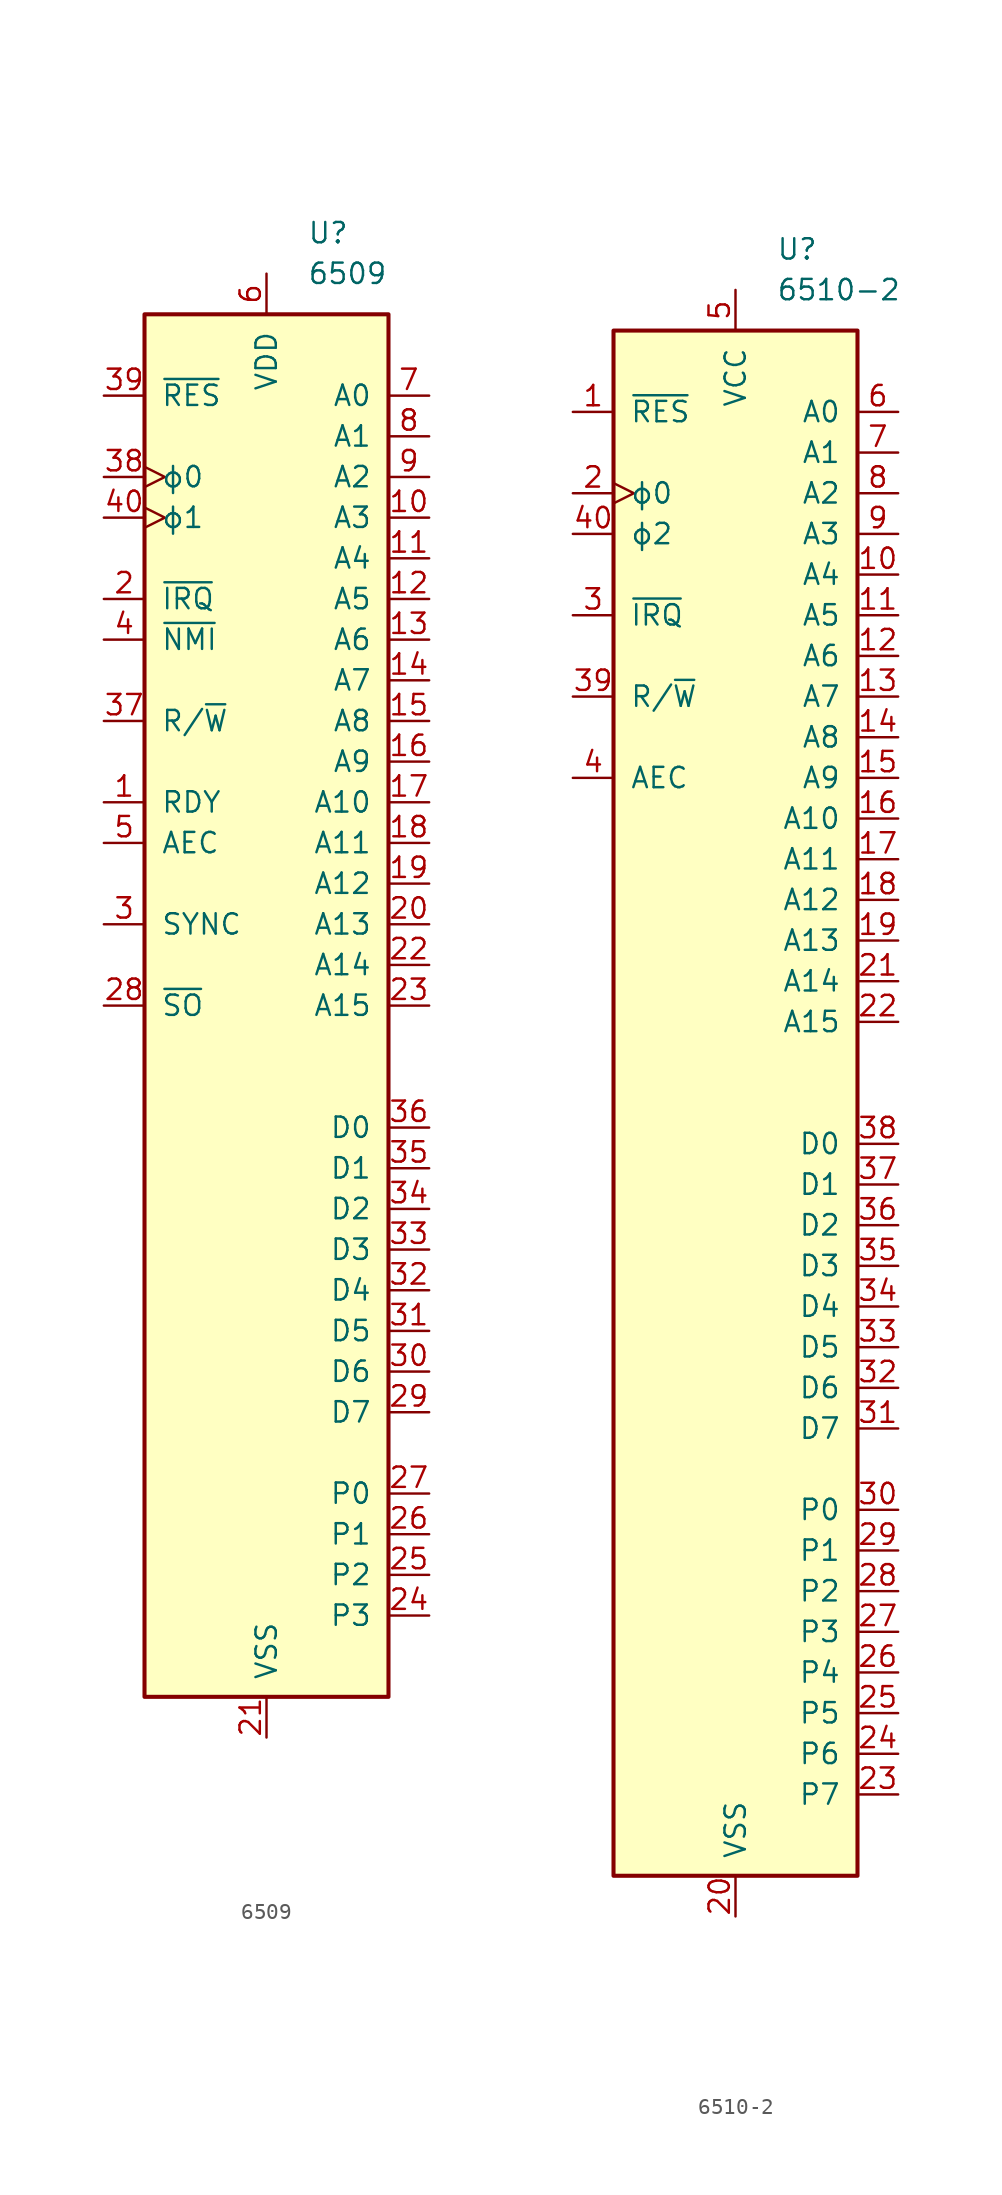
<source format=kicad_sym>
(kicad_symbol_lib
  (version 20211014)
  (generator kicad_symbol_editor)
  (symbol "6509"
    (pin_names
      (offset 1.016))
    (property "Reference" "U"
      (at 2.54 48.26 0)
      (effects (font (size 1.27 1.27)) (justify left)))
    (property "Value" "6509"
      (at 2.54 45.72 0)
      (effects (font (size 1.27 1.27)) (justify left)))
    (symbol "6509_0_1"
      (rectangle (start -7.62 43.18) (end 7.62 -43.18) (stroke (width 0.254) (type default) (color 0 0 0 0)) (fill (type background))))
    (symbol "6509_1_1"
      (pin input line (at -10.16 12.7 0) (length 2.54) (name "RDY" (effects (font (size 1.27 1.27)))) (number "1" (effects (font (size 1.27 1.27)))))
      (pin tri_state line (at 10.16 30.48 180) (length 2.54) (name "A3" (effects (font (size 1.27 1.27)))) (number "10" (effects (font (size 1.27 1.27)))))
      (pin tri_state line (at 10.16 27.94 180) (length 2.54) (name "A4" (effects (font (size 1.27 1.27)))) (number "11" (effects (font (size 1.27 1.27)))))
      (pin tri_state line (at 10.16 25.4 180) (length 2.54) (name "A5" (effects (font (size 1.27 1.27)))) (number "12" (effects (font (size 1.27 1.27)))))
      (pin tri_state line (at 10.16 22.86 180) (length 2.54) (name "A6" (effects (font (size 1.27 1.27)))) (number "13" (effects (font (size 1.27 1.27)))))
      (pin tri_state line (at 10.16 20.32 180) (length 2.54) (name "A7" (effects (font (size 1.27 1.27)))) (number "14" (effects (font (size 1.27 1.27)))))
      (pin tri_state line (at 10.16 17.78 180) (length 2.54) (name "A8" (effects (font (size 1.27 1.27)))) (number "15" (effects (font (size 1.27 1.27)))))
      (pin tri_state line (at 10.16 15.24 180) (length 2.54) (name "A9" (effects (font (size 1.27 1.27)))) (number "16" (effects (font (size 1.27 1.27)))))
      (pin tri_state line (at 10.16 12.7 180) (length 2.54) (name "A10" (effects (font (size 1.27 1.27)))) (number "17" (effects (font (size 1.27 1.27)))))
      (pin tri_state line (at 10.16 10.16 180) (length 2.54) (name "A11" (effects (font (size 1.27 1.27)))) (number "18" (effects (font (size 1.27 1.27)))))
      (pin tri_state line (at 10.16 7.62 180) (length 2.54) (name "A12" (effects (font (size 1.27 1.27)))) (number "19" (effects (font (size 1.27 1.27)))))
      (pin input line (at -10.16 25.4 0) (length 2.54) (name "~{IRQ}" (effects (font (size 1.27 1.27)))) (number "2" (effects (font (size 1.27 1.27)))))
      (pin tri_state line (at 10.16 5.08 180) (length 2.54) (name "A13" (effects (font (size 1.27 1.27)))) (number "20" (effects (font (size 1.27 1.27)))))
      (pin power_in line (at 0 -45.72 90) (length 2.54) (name "VSS" (effects (font (size 1.27 1.27)))) (number "21" (effects (font (size 1.27 1.27)))))
      (pin tri_state line (at 10.16 2.54 180) (length 2.54) (name "A14" (effects (font (size 1.27 1.27)))) (number "22" (effects (font (size 1.27 1.27)))))
      (pin tri_state line (at 10.16 0 180) (length 2.54) (name "A15" (effects (font (size 1.27 1.27)))) (number "23" (effects (font (size 1.27 1.27)))))
      (pin output line (at 10.16 -38.1 180) (length 2.54) (name "P3" (effects (font (size 1.27 1.27)))) (number "24" (effects (font (size 1.27 1.27)))))
      (pin output line (at 10.16 -35.56 180) (length 2.54) (name "P2" (effects (font (size 1.27 1.27)))) (number "25" (effects (font (size 1.27 1.27)))))
      (pin output line (at 10.16 -33.02 180) (length 2.54) (name "P1" (effects (font (size 1.27 1.27)))) (number "26" (effects (font (size 1.27 1.27)))))
      (pin output line (at 10.16 -30.48 180) (length 2.54) (name "P0" (effects (font (size 1.27 1.27)))) (number "27" (effects (font (size 1.27 1.27)))))
      (pin input line (at -10.16 0 0) (length 2.54) (name "~{SO}" (effects (font (size 1.27 1.27)))) (number "28" (effects (font (size 1.27 1.27)))))
      (pin bidirectional line (at 10.16 -25.4 180) (length 2.54) (name "D7" (effects (font (size 1.27 1.27)))) (number "29" (effects (font (size 1.27 1.27)))))
      (pin output line (at -10.16 5.08 0) (length 2.54) (name "SYNC" (effects (font (size 1.27 1.27)))) (number "3" (effects (font (size 1.27 1.27)))))
      (pin bidirectional line (at 10.16 -22.86 180) (length 2.54) (name "D6" (effects (font (size 1.27 1.27)))) (number "30" (effects (font (size 1.27 1.27)))))
      (pin bidirectional line (at 10.16 -20.32 180) (length 2.54) (name "D5" (effects (font (size 1.27 1.27)))) (number "31" (effects (font (size 1.27 1.27)))))
      (pin bidirectional line (at 10.16 -17.78 180) (length 2.54) (name "D4" (effects (font (size 1.27 1.27)))) (number "32" (effects (font (size 1.27 1.27)))))
      (pin bidirectional line (at 10.16 -15.24 180) (length 2.54) (name "D3" (effects (font (size 1.27 1.27)))) (number "33" (effects (font (size 1.27 1.27)))))
      (pin bidirectional line (at 10.16 -12.7 180) (length 2.54) (name "D2" (effects (font (size 1.27 1.27)))) (number "34" (effects (font (size 1.27 1.27)))))
      (pin bidirectional line (at 10.16 -10.16 180) (length 2.54) (name "D1" (effects (font (size 1.27 1.27)))) (number "35" (effects (font (size 1.27 1.27)))))
      (pin bidirectional line (at 10.16 -7.62 180) (length 2.54) (name "D0" (effects (font (size 1.27 1.27)))) (number "36" (effects (font (size 1.27 1.27)))))
      (pin tri_state line (at -10.16 17.78 0) (length 2.54) (name "R/~{W}" (effects (font (size 1.27 1.27)))) (number "37" (effects (font (size 1.27 1.27)))))
      (pin input clock (at -10.16 33.02 0) (length 2.54) (name "ϕ0" (effects (font (size 1.27 1.27)))) (number "38" (effects (font (size 1.27 1.27)))))
      (pin input line (at -10.16 38.1 0) (length 2.54) (name "~{RES}" (effects (font (size 1.27 1.27)))) (number "39" (effects (font (size 1.27 1.27)))))
      (pin input line (at -10.16 22.86 0) (length 2.54) (name "~{NMI}" (effects (font (size 1.27 1.27)))) (number "4" (effects (font (size 1.27 1.27)))))
      (pin input clock (at -10.16 30.48 0) (length 2.54) (name "ϕ1" (effects (font (size 1.27 1.27)))) (number "40" (effects (font (size 1.27 1.27)))))
      (pin input line (at -10.16 10.16 0) (length 2.54) (name "AEC" (effects (font (size 1.27 1.27)))) (number "5" (effects (font (size 1.27 1.27)))))
      (pin power_in line (at 0 45.72 270) (length 2.54) (name "VDD" (effects (font (size 1.27 1.27)))) (number "6" (effects (font (size 1.27 1.27)))))
      (pin tri_state line (at 10.16 38.1 180) (length 2.54) (name "A0" (effects (font (size 1.27 1.27)))) (number "7" (effects (font (size 1.27 1.27)))))
      (pin tri_state line (at 10.16 35.56 180) (length 2.54) (name "A1" (effects (font (size 1.27 1.27)))) (number "8" (effects (font (size 1.27 1.27)))))
      (pin tri_state line (at 10.16 33.02 180) (length 2.54) (name "A2" (effects (font (size 1.27 1.27)))) (number "9" (effects (font (size 1.27 1.27)))))))
  (symbol "6510-2"
    (pin_names
      (offset 1.016))
    (property "Reference" "U"
      (at 2.54 53.34 0)
      (effects (font (size 1.27 1.27)) (justify left)))
    (property "Value" "6510-2"
      (at 2.54 50.8 0)
      (effects (font (size 1.27 1.27)) (justify left)))
    (symbol "6510-2_0_1"
      (rectangle (start -7.62 48.26) (end 7.62 -48.26) (stroke (width 0.254) (type default) (color 0 0 0 0)) (fill (type background))))
    (symbol "6510-2_1_1"
      (pin input line (at -10.16 43.18 0) (length 2.54) (name "~{RES}" (effects (font (size 1.27 1.27)))) (number "1" (effects (font (size 1.27 1.27)))))
      (pin tri_state line (at 10.16 33.02 180) (length 2.54) (name "A4" (effects (font (size 1.27 1.27)))) (number "10" (effects (font (size 1.27 1.27)))))
      (pin tri_state line (at 10.16 30.48 180) (length 2.54) (name "A5" (effects (font (size 1.27 1.27)))) (number "11" (effects (font (size 1.27 1.27)))))
      (pin tri_state line (at 10.16 27.94 180) (length 2.54) (name "A6" (effects (font (size 1.27 1.27)))) (number "12" (effects (font (size 1.27 1.27)))))
      (pin tri_state line (at 10.16 25.4 180) (length 2.54) (name "A7" (effects (font (size 1.27 1.27)))) (number "13" (effects (font (size 1.27 1.27)))))
      (pin tri_state line (at 10.16 22.86 180) (length 2.54) (name "A8" (effects (font (size 1.27 1.27)))) (number "14" (effects (font (size 1.27 1.27)))))
      (pin tri_state line (at 10.16 20.32 180) (length 2.54) (name "A9" (effects (font (size 1.27 1.27)))) (number "15" (effects (font (size 1.27 1.27)))))
      (pin tri_state line (at 10.16 17.78 180) (length 2.54) (name "A10" (effects (font (size 1.27 1.27)))) (number "16" (effects (font (size 1.27 1.27)))))
      (pin tri_state line (at 10.16 15.24 180) (length 2.54) (name "A11" (effects (font (size 1.27 1.27)))) (number "17" (effects (font (size 1.27 1.27)))))
      (pin tri_state line (at 10.16 12.7 180) (length 2.54) (name "A12" (effects (font (size 1.27 1.27)))) (number "18" (effects (font (size 1.27 1.27)))))
      (pin tri_state line (at 10.16 10.16 180) (length 2.54) (name "A13" (effects (font (size 1.27 1.27)))) (number "19" (effects (font (size 1.27 1.27)))))
      (pin input clock (at -10.16 38.1 0) (length 2.54) (name "ϕ0" (effects (font (size 1.27 1.27)))) (number "2" (effects (font (size 1.27 1.27)))))
      (pin power_in line (at 0 -50.8 90) (length 2.54) (name "VSS" (effects (font (size 1.27 1.27)))) (number "20" (effects (font (size 1.27 1.27)))))
      (pin tri_state line (at 10.16 7.62 180) (length 2.54) (name "A14" (effects (font (size 1.27 1.27)))) (number "21" (effects (font (size 1.27 1.27)))))
      (pin tri_state line (at 10.16 5.08 180) (length 2.54) (name "A15" (effects (font (size 1.27 1.27)))) (number "22" (effects (font (size 1.27 1.27)))))
      (pin bidirectional line (at 10.16 -43.18 180) (length 2.54) (name "P7" (effects (font (size 1.27 1.27)))) (number "23" (effects (font (size 1.27 1.27)))))
      (pin bidirectional line (at 10.16 -40.64 180) (length 2.54) (name "P6" (effects (font (size 1.27 1.27)))) (number "24" (effects (font (size 1.27 1.27)))))
      (pin bidirectional line (at 10.16 -38.1 180) (length 2.54) (name "P5" (effects (font (size 1.27 1.27)))) (number "25" (effects (font (size 1.27 1.27)))))
      (pin bidirectional line (at 10.16 -35.56 180) (length 2.54) (name "P4" (effects (font (size 1.27 1.27)))) (number "26" (effects (font (size 1.27 1.27)))))
      (pin bidirectional line (at 10.16 -33.02 180) (length 2.54) (name "P3" (effects (font (size 1.27 1.27)))) (number "27" (effects (font (size 1.27 1.27)))))
      (pin bidirectional line (at 10.16 -30.48 180) (length 2.54) (name "P2" (effects (font (size 1.27 1.27)))) (number "28" (effects (font (size 1.27 1.27)))))
      (pin bidirectional line (at 10.16 -27.94 180) (length 2.54) (name "P1" (effects (font (size 1.27 1.27)))) (number "29" (effects (font (size 1.27 1.27)))))
      (pin input line (at -10.16 30.48 0) (length 2.54) (name "~{IRQ}" (effects (font (size 1.27 1.27)))) (number "3" (effects (font (size 1.27 1.27)))))
      (pin bidirectional line (at 10.16 -25.4 180) (length 2.54) (name "P0" (effects (font (size 1.27 1.27)))) (number "30" (effects (font (size 1.27 1.27)))))
      (pin bidirectional line (at 10.16 -20.32 180) (length 2.54) (name "D7" (effects (font (size 1.27 1.27)))) (number "31" (effects (font (size 1.27 1.27)))))
      (pin bidirectional line (at 10.16 -17.78 180) (length 2.54) (name "D6" (effects (font (size 1.27 1.27)))) (number "32" (effects (font (size 1.27 1.27)))))
      (pin bidirectional line (at 10.16 -15.24 180) (length 2.54) (name "D5" (effects (font (size 1.27 1.27)))) (number "33" (effects (font (size 1.27 1.27)))))
      (pin bidirectional line (at 10.16 -12.7 180) (length 2.54) (name "D4" (effects (font (size 1.27 1.27)))) (number "34" (effects (font (size 1.27 1.27)))))
      (pin bidirectional line (at 10.16 -10.16 180) (length 2.54) (name "D3" (effects (font (size 1.27 1.27)))) (number "35" (effects (font (size 1.27 1.27)))))
      (pin bidirectional line (at 10.16 -7.62 180) (length 2.54) (name "D2" (effects (font (size 1.27 1.27)))) (number "36" (effects (font (size 1.27 1.27)))))
      (pin bidirectional line (at 10.16 -5.08 180) (length 2.54) (name "D1" (effects (font (size 1.27 1.27)))) (number "37" (effects (font (size 1.27 1.27)))))
      (pin bidirectional line (at 10.16 -2.54 180) (length 2.54) (name "D0" (effects (font (size 1.27 1.27)))) (number "38" (effects (font (size 1.27 1.27)))))
      (pin tri_state line (at -10.16 25.4 0) (length 2.54) (name "R/~{W}" (effects (font (size 1.27 1.27)))) (number "39" (effects (font (size 1.27 1.27)))))
      (pin input line (at -10.16 20.32 0) (length 2.54) (name "AEC" (effects (font (size 1.27 1.27)))) (number "4" (effects (font (size 1.27 1.27)))))
      (pin output line (at -10.16 35.56 0) (length 2.54) (name "ϕ2" (effects (font (size 1.27 1.27)))) (number "40" (effects (font (size 1.27 1.27)))))
      (pin power_in line (at 0 50.8 270) (length 2.54) (name "VCC" (effects (font (size 1.27 1.27)))) (number "5" (effects (font (size 1.27 1.27)))))
      (pin tri_state line (at 10.16 43.18 180) (length 2.54) (name "A0" (effects (font (size 1.27 1.27)))) (number "6" (effects (font (size 1.27 1.27)))))
      (pin tri_state line (at 10.16 40.64 180) (length 2.54) (name "A1" (effects (font (size 1.27 1.27)))) (number "7" (effects (font (size 1.27 1.27)))))
      (pin tri_state line (at 10.16 38.1 180) (length 2.54) (name "A2" (effects (font (size 1.27 1.27)))) (number "8" (effects (font (size 1.27 1.27)))))
      (pin tri_state line (at 10.16 35.56 180) (length 2.54) (name "A3" (effects (font (size 1.27 1.27)))) (number "9" (effects (font (size 1.27 1.27))))))))
</source>
